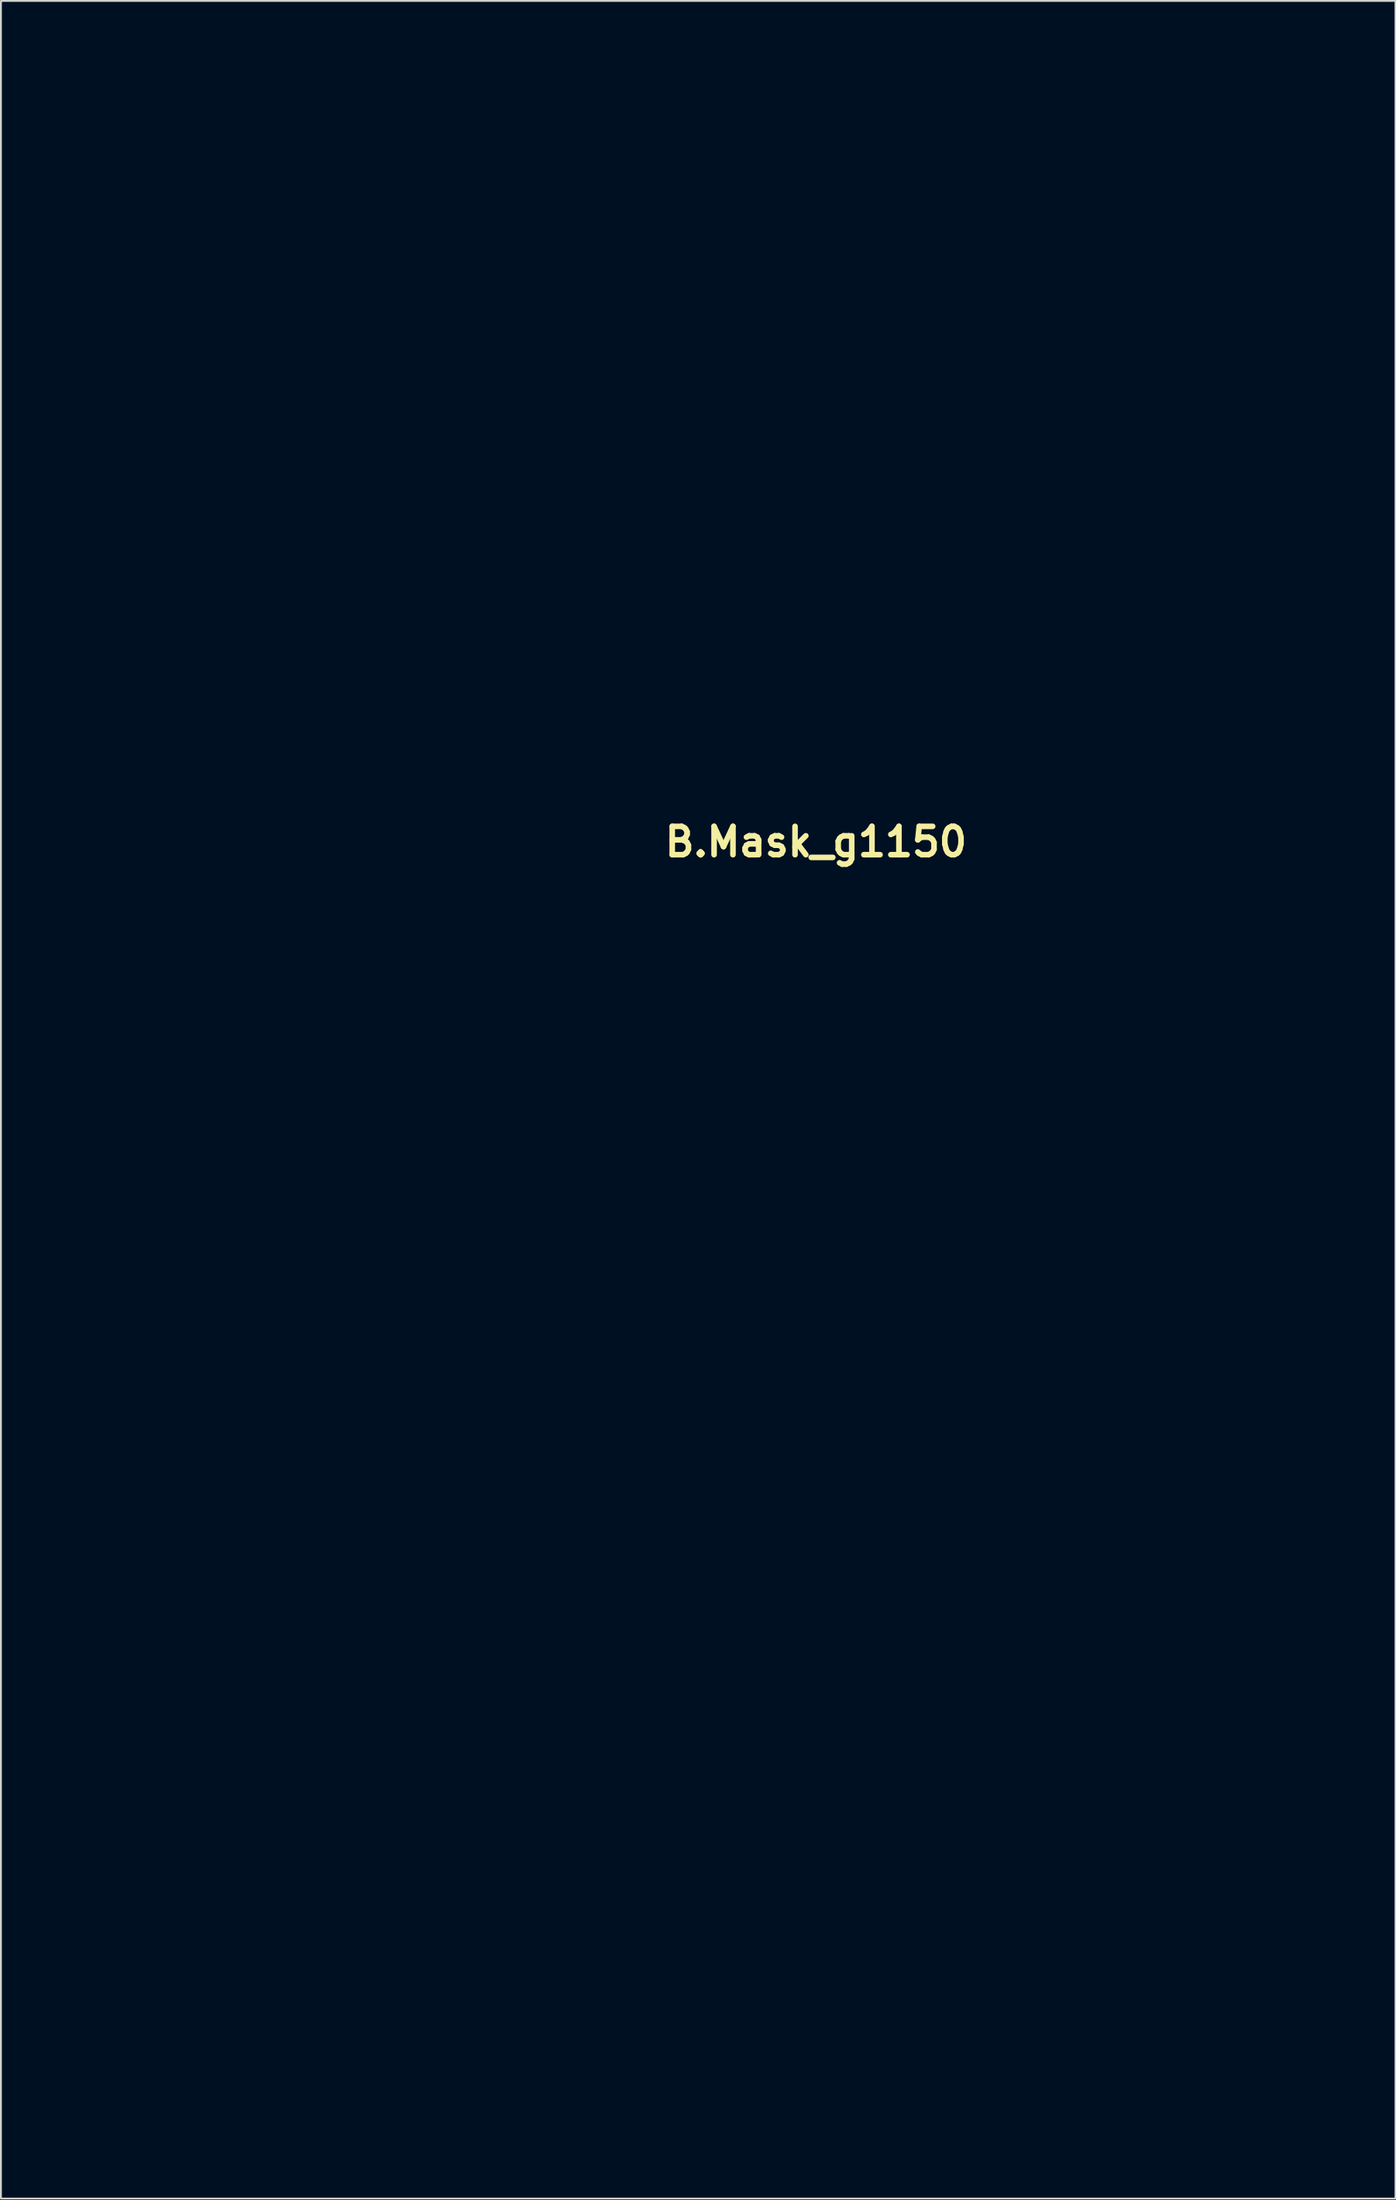
<source format=kicad_pcb>
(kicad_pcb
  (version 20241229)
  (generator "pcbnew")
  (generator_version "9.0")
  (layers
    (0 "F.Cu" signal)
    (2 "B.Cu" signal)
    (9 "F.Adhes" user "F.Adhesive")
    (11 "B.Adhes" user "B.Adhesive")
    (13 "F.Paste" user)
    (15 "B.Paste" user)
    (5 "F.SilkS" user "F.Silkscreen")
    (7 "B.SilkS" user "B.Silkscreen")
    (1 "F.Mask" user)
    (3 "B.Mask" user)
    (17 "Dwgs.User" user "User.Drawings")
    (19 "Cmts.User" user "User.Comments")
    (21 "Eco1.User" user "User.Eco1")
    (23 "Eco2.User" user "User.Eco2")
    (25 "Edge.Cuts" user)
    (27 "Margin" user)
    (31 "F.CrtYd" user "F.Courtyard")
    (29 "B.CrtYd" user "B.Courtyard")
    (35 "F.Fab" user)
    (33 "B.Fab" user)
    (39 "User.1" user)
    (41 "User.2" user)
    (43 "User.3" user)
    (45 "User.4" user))
  (footprint "B.Mask_g1150"
    (layer "F.Cu")
    (at 40.835 42.2)
    (property "Reference" "B.Mask_g1150" (at 0 0 0) (layer "F.SilkS") (effects (font (size 1.524 1.524) (thickness 0.3))))
    (attr through_hole)
    (fp_poly (pts (xy 6.848 -7.997) (xy 6.948 -7.952) (xy 7.034 -7.875) (xy 7.089 -7.781) (xy 7.108 -7.681) (xy 7.096 -7.581) (xy 7.056 -7.489) (xy 6.992 -7.409) (xy 6.91 -7.35) (xy 6.814 -7.318) (xy 6.707 -7.318) (xy 6.67 -7.327) (xy 6.555 -7.378) (xy 6.473 -7.454) (xy 6.426 -7.555) (xy 6.413 -7.662) (xy 6.431 -7.778) (xy 6.48 -7.873) (xy 6.554 -7.945) (xy 6.644 -7.991) (xy 6.744 -8.009) (xy 6.848 -7.997)) (stroke (width 0.01) (type solid)) (fill yes) (layer "B.Mask"))
    (fp_poly (pts (xy 27.175 -42.181) (xy 27.306 -42.138) (xy 27.434 -42.062) (xy 27.564 -41.948) (xy 27.57 -41.942) (xy 27.721 -41.763) (xy 27.852 -41.551) (xy 27.961 -41.313) (xy 28.047 -41.051) (xy 28.111 -40.773) (xy 28.15 -40.481) (xy 28.165 -40.182) (xy 28.154 -39.881) (xy 28.117 -39.581) (xy 28.053 -39.29) (xy 28.02 -39.179) (xy 27.929 -38.93) (xy 27.821 -38.709) (xy 27.7 -38.519) (xy 27.567 -38.362) (xy 27.423 -38.239) (xy 27.272 -38.152) (xy 27.115 -38.104) (xy 26.953 -38.095) (xy 26.899 -38.102) (xy 26.743 -38.147) (xy 26.596 -38.23) (xy 26.46 -38.348) (xy 26.335 -38.497) (xy 26.222 -38.673) (xy 26.123 -38.872) (xy 26.038 -39.092) (xy 25.97 -39.328) (xy 25.918 -39.578) (xy 25.884 -39.836) (xy 25.87 -40.101) (xy 25.875 -40.368) (xy 25.902 -40.633) (xy 25.952 -40.894) (xy 25.984 -41.017) (xy 26.073 -41.283) (xy 26.176 -41.514) (xy 26.296 -41.714) (xy 26.436 -41.889) (xy 26.472 -41.926) (xy 26.595 -42.04) (xy 26.709 -42.119) (xy 26.823 -42.168) (xy 26.946 -42.192) (xy 27.03 -42.195) (xy 27.175 -42.181)) (stroke (width 0.01) (type solid)) (fill yes) (layer "B.Mask"))
    (fp_poly (pts (xy -6.08 -11.128) (xy -5.856 -10.821) (xy -5.635 -10.536) (xy -5.409 -10.263) (xy -5.17 -9.994) (xy -4.91 -9.717) (xy -4.699 -9.503) (xy -4.304 -9.121) (xy -3.911 -8.772) (xy -3.509 -8.446) (xy -3.09 -8.135) (xy -2.81 -7.943) (xy -2.282 -7.605) (xy -1.752 -7.299) (xy -1.215 -7.024) (xy -0.664 -6.775) (xy -0.094 -6.551) (xy 0.502 -6.349) (xy 1.13 -6.165) (xy 1.29 -6.123) (xy 1.596 -6.043) (xy 2.048 -4.477) (xy 2.118 -4.233) (xy 2.199 -3.953) (xy 2.288 -3.644) (xy 2.384 -3.31) (xy 2.486 -2.957) (xy 2.592 -2.59) (xy 2.7 -2.215) (xy 2.809 -1.837) (xy 2.918 -1.462) (xy 3.024 -1.095) (xy 3.126 -0.741) (xy 3.175 -0.572) (xy 3.267 -0.253) (xy 3.358 0.063) (xy 3.447 0.373) (xy 3.534 0.673) (xy 3.617 0.961) (xy 3.695 1.233) (xy 3.767 1.485) (xy 3.833 1.714) (xy 3.891 1.916) (xy 3.94 2.088) (xy 3.98 2.227) (xy 4.009 2.329) (xy 4.011 2.339) (xy 4.059 2.508) (xy 4.109 2.682) (xy 4.158 2.851) (xy 4.203 3.007) (xy 4.242 3.138) (xy 4.265 3.217) (xy 4.288 3.293) (xy 4.321 3.405) (xy 4.363 3.549) (xy 4.413 3.719) (xy 4.469 3.912) (xy 4.53 4.122) (xy 4.594 4.345) (xy 4.662 4.577) (xy 4.729 4.811) (xy 4.796 5.042) (xy 4.861 5.264) (xy 4.923 5.474) (xy 4.981 5.669) (xy 5.033 5.843) (xy 5.079 5.992) (xy 5.117 6.114) (xy 5.146 6.204) (xy 5.164 6.257) (xy 5.165 6.26) (xy 5.298 6.536) (xy 5.465 6.789) (xy 5.662 7.017) (xy 5.887 7.219) (xy 6.136 7.391) (xy 6.406 7.532) (xy 6.694 7.639) (xy 6.996 7.71) (xy 7.26 7.74) (xy 7.567 7.737) (xy 7.87 7.693) (xy 8.168 7.606) (xy 8.445 7.486) (xy 8.494 7.459) (xy 8.574 7.411) (xy 8.685 7.342) (xy 8.823 7.254) (xy 8.986 7.15) (xy 9.172 7.03) (xy 9.379 6.896) (xy 9.605 6.75) (xy 9.846 6.593) (xy 10.1 6.426) (xy 10.366 6.252) (xy 10.64 6.072) (xy 10.922 5.887) (xy 11.207 5.699) (xy 11.494 5.51) (xy 11.78 5.321) (xy 12.063 5.133) (xy 12.341 4.949) (xy 12.611 4.769) (xy 12.872 4.595) (xy 13.12 4.43) (xy 13.353 4.274) (xy 13.569 4.128) (xy 13.766 3.996) (xy 13.941 3.877) (xy 14.091 3.774) (xy 14.216 3.688) (xy 14.311 3.621) (xy 14.375 3.574) (xy 14.403 3.552) (xy 14.589 3.358) (xy 14.74 3.144) (xy 14.86 2.907) (xy 14.936 2.694) (xy 14.96 2.609) (xy 14.976 2.534) (xy 14.986 2.457) (xy 14.991 2.365) (xy 14.992 2.244) (xy 14.992 2.223) (xy 14.986 2.03) (xy 14.967 1.865) (xy 14.932 1.713) (xy 14.877 1.56) (xy 14.832 1.456) (xy 14.804 1.405) (xy 14.753 1.324) (xy 14.683 1.214) (xy 14.595 1.081) (xy 14.491 0.927) (xy 14.374 0.755) (xy 14.246 0.57) (xy 14.13 0.405) (xy 14.009 0.233) (xy 13.896 0.071) (xy 13.794 -0.078) (xy 13.703 -0.209) (xy 13.628 -0.32) (xy 13.569 -0.407) (xy 13.53 -0.467) (xy 13.512 -0.498) (xy 13.511 -0.5) (xy 13.532 -0.494) (xy 13.582 -0.469) (xy 13.656 -0.43) (xy 13.747 -0.38) (xy 13.801 -0.349) (xy 14.455 0.002) (xy 15.123 0.314) (xy 15.807 0.587) (xy 16.506 0.82) (xy 17.22 1.014) (xy 17.95 1.168) (xy 18.695 1.283) (xy 19.394 1.354) (xy 19.548 1.363) (xy 19.733 1.37) (xy 19.944 1.374) (xy 20.173 1.375) (xy 20.415 1.375) (xy 20.664 1.372) (xy 20.914 1.367) (xy 21.159 1.36) (xy 21.392 1.351) (xy 21.607 1.341) (xy 21.799 1.329) (xy 21.96 1.315) (xy 22.086 1.301) (xy 22.091 1.3) (xy 22.179 1.287) (xy 22.202 1.4) (xy 22.207 1.427) (xy 22.22 1.495) (xy 22.24 1.601) (xy 22.267 1.747) (xy 22.302 1.929) (xy 22.343 2.147) (xy 22.39 2.401) (xy 22.444 2.688) (xy 22.504 3.008) (xy 22.571 3.359) (xy 22.642 3.741) (xy 22.72 4.153) (xy 22.802 4.592) (xy 22.89 5.059) (xy 22.983 5.552) (xy 23.08 6.07) (xy 23.182 6.612) (xy 23.288 7.177) (xy 23.398 7.763) (xy 23.512 8.37) (xy 23.63 8.996) (xy 23.751 9.64) (xy 23.875 10.302) (xy 24.002 10.98) (xy 24.132 11.673) (xy 24.265 12.379) (xy 24.4 13.099) (xy 24.537 13.83) (xy 24.677 14.572) (xy 24.745 14.933) (xy 24.887 15.693) (xy 25.029 16.447) (xy 25.169 17.195) (xy 25.308 17.936) (xy 25.446 18.667) (xy 25.581 19.388) (xy 25.714 20.098) (xy 25.845 20.795) (xy 25.973 21.477) (xy 26.099 22.144) (xy 26.221 22.794) (xy 26.339 23.426) (xy 26.454 24.039) (xy 26.566 24.631) (xy 26.673 25.201) (xy 26.775 25.747) (xy 26.873 26.269) (xy 26.967 26.765) (xy 27.055 27.234) (xy 27.137 27.675) (xy 27.214 28.085) (xy 27.286 28.465) (xy 27.351 28.812) (xy 27.41 29.125) (xy 27.462 29.403) (xy 27.508 29.645) (xy 27.546 29.85) (xy 27.577 30.015) (xy 27.601 30.14) (xy 27.602 30.147) (xy 27.659 30.452) (xy 27.712 30.738) (xy 27.761 31.004) (xy 27.805 31.246) (xy 27.843 31.462) (xy 27.876 31.65) (xy 27.902 31.806) (xy 27.922 31.93) (xy 27.935 32.017) (xy 27.94 32.065) (xy 27.94 32.069) (xy 27.921 32.215) (xy 27.865 32.342) (xy 27.775 32.446) (xy 27.653 32.523) (xy 27.603 32.543) (xy 27.464 32.571) (xy 27.325 32.561) (xy 27.194 32.516) (xy 27.101 32.453) (xy 27.077 32.427) (xy 27.03 32.37) (xy 26.962 32.285) (xy 26.874 32.175) (xy 26.77 32.043) (xy 26.651 31.891) (xy 26.52 31.723) (xy 26.379 31.54) (xy 26.23 31.347) (xy 26.109 31.189) (xy 25.948 30.98) (xy 25.771 30.749) (xy 25.578 30.497) (xy 25.37 30.226) (xy 25.148 29.938) (xy 24.915 29.634) (xy 24.67 29.315) (xy 24.414 28.983) (xy 24.15 28.639) (xy 23.878 28.285) (xy 23.599 27.923) (xy 23.315 27.553) (xy 23.026 27.177) (xy 22.734 26.797) (xy 22.439 26.414) (xy 22.143 26.029) (xy 21.848 25.645) (xy 21.553 25.262) (xy 21.261 24.882) (xy 20.972 24.507) (xy 20.687 24.137) (xy 20.409 23.775) (xy 20.136 23.421) (xy 19.872 23.078) (xy 19.617 22.746) (xy 19.372 22.428) (xy 19.138 22.124) (xy 18.917 21.837) (xy 18.709 21.567) (xy 18.516 21.316) (xy 18.338 21.086) (xy 18.177 20.877) (xy 18.035 20.692) (xy 17.911 20.532) (xy 17.808 20.399) (xy 17.726 20.293) (xy 17.667 20.216) (xy 17.631 20.17) (xy 17.62 20.157) (xy 17.622 20.178) (xy 17.627 20.239) (xy 17.635 20.339) (xy 17.647 20.476) (xy 17.662 20.647) (xy 17.679 20.851) (xy 17.7 21.087) (xy 17.723 21.351) (xy 17.748 21.643) (xy 17.776 21.96) (xy 17.806 22.301) (xy 17.838 22.663) (xy 17.871 23.046) (xy 17.906 23.446) (xy 17.943 23.863) (xy 17.981 24.294) (xy 18.02 24.738) (xy 18.048 25.051) (xy 18.198 26.76) (xy 18.345 28.427) (xy 18.488 30.054) (xy 18.628 31.639) (xy 18.764 33.184) (xy 18.897 34.69) (xy 19.026 36.155) (xy 19.151 37.582) (xy 19.274 38.971) (xy 19.392 40.321) (xy 19.508 41.634) (xy 19.62 42.91) (xy 19.729 44.149) (xy 19.835 45.352) (xy 19.938 46.519) (xy 20.037 47.65) (xy 20.133 48.747) (xy 20.227 49.81) (xy 20.317 50.839) (xy 20.405 51.834) (xy 20.489 52.797) (xy 20.571 53.726) (xy 20.649 54.624) (xy 20.725 55.49) (xy 20.798 56.325) (xy 20.869 57.13) (xy 20.937 57.904) (xy 21.002 58.648) (xy 21.064 59.363) (xy 21.124 60.05) (xy 21.182 60.707) (xy 21.236 61.337) (xy 21.289 61.94) (xy 21.339 62.515) (xy 21.387 63.064) (xy 21.432 63.587) (xy 21.475 64.084) (xy 21.516 64.556) (xy 21.555 65.004) (xy 21.591 65.427) (xy 21.626 65.826) (xy 21.658 66.202) (xy 21.688 66.555) (xy 21.716 66.886) (xy 21.743 67.195) (xy 21.767 67.482) (xy 21.79 67.748) (xy 21.81 67.994) (xy 21.829 68.219) (xy 21.846 68.425) (xy 21.861 68.612) (xy 21.875 68.78) (xy 21.887 68.93) (xy 21.898 69.062) (xy 21.906 69.176) (xy 21.914 69.274) (xy 21.92 69.355) (xy 21.924 69.42) (xy 21.927 69.47) (xy 21.929 69.505) (xy 21.929 69.525) (xy 21.929 69.53) (xy 21.876 69.662) (xy 21.793 69.77) (xy 21.686 69.85) (xy 21.563 69.899) (xy 21.429 69.916) (xy 21.29 69.896) (xy 21.19 69.858) (xy 21.079 69.782) (xy 20.992 69.681) (xy 20.937 69.566) (xy 20.935 69.556) (xy 20.93 69.532) (xy 20.917 69.468) (xy 20.898 69.364) (xy 20.87 69.221) (xy 20.836 69.041) (xy 20.794 68.824) (xy 20.746 68.571) (xy 20.691 68.283) (xy 20.63 67.962) (xy 20.563 67.608) (xy 20.489 67.222) (xy 20.41 66.804) (xy 20.325 66.357) (xy 20.235 65.881) (xy 20.139 65.377) (xy 20.038 64.846) (xy 19.932 64.289) (xy 19.821 63.707) (xy 19.706 63.101) (xy 19.587 62.471) (xy 19.463 61.819) (xy 19.335 61.146) (xy 19.203 60.453) (xy 19.068 59.741) (xy 18.929 59.01) (xy 18.787 58.262) (xy 18.642 57.498) (xy 18.494 56.718) (xy 18.343 55.924) (xy 18.19 55.116) (xy 18.034 54.296) (xy 17.876 53.464) (xy 17.716 52.622) (xy 17.555 51.77) (xy 17.391 50.91) (xy 17.227 50.042) (xy 17.061 49.167) (xy 16.893 48.287) (xy 16.726 47.402) (xy 16.557 46.513) (xy 16.388 45.622) (xy 16.218 44.728) (xy 16.048 43.834) (xy 15.879 42.94) (xy 15.709 42.047) (xy 15.54 41.156) (xy 15.372 40.268) (xy 15.204 39.385) (xy 15.038 38.506) (xy 14.872 37.633) (xy 14.708 36.767) (xy 14.545 35.909) (xy 14.384 35.06) (xy 14.225 34.22) (xy 14.068 33.392) (xy 13.913 32.575) (xy 13.76 31.771) (xy 13.61 30.981) (xy 13.463 30.206) (xy 13.319 29.446) (xy 13.178 28.702) (xy 13.041 27.977) (xy 12.907 27.27) (xy 12.777 26.582) (xy 12.65 25.915) (xy 12.53 25.284) (xy 12.445 24.834) (xy 12.362 24.395) (xy 12.281 23.968) (xy 12.203 23.556) (xy 12.128 23.159) (xy 12.056 22.781) (xy 11.987 22.422) (xy 11.923 22.085) (xy 11.864 21.772) (xy 11.809 21.484) (xy 11.759 21.223) (xy 11.715 20.991) (xy 11.676 20.79) (xy 11.644 20.622) (xy 11.618 20.488) (xy 11.599 20.391) (xy 11.588 20.332) (xy 11.584 20.313) (xy 11.581 20.31) (xy 11.574 20.315) (xy 11.563 20.329) (xy 11.547 20.354) (xy 11.526 20.39) (xy 11.498 20.438) (xy 11.464 20.501) (xy 11.423 20.579) (xy 11.373 20.673) (xy 11.315 20.785) (xy 11.248 20.917) (xy 11.171 21.068) (xy 11.083 21.241) (xy 10.984 21.436) (xy 10.874 21.656) (xy 10.751 21.9) (xy 10.615 22.171) (xy 10.466 22.47) (xy 10.302 22.797) (xy 10.123 23.155) (xy 9.929 23.544) (xy 9.719 23.966) (xy 9.492 24.422) (xy 9.247 24.912) (xy 8.985 25.439) (xy 8.913 25.583) (xy 8.324 26.766) (xy 7.754 27.911) (xy 7.202 29.019) (xy 6.668 30.091) (xy 6.152 31.127) (xy 5.653 32.128) (xy 5.172 33.094) (xy 4.708 34.025) (xy 4.261 34.923) (xy 3.83 35.788) (xy 3.416 36.619) (xy 3.017 37.419) (xy 2.635 38.187) (xy 2.268 38.923) (xy 1.916 39.629) (xy 1.579 40.305) (xy 1.257 40.95) (xy 0.95 41.567) (xy 0.657 42.155) (xy 0.377 42.715) (xy 0.112 43.248) (xy -0.14 43.753) (xy -0.379 44.232) (xy -0.605 44.684) (xy -0.818 45.111) (xy -1.018 45.513) (xy -1.207 45.89) (xy -1.383 46.244) (xy -1.548 46.574) (xy -1.702 46.88) (xy -1.844 47.165) (xy -1.975 47.427) (xy -2.096 47.668) (xy -2.206 47.888) (xy -2.306 48.088) (xy -2.396 48.267) (xy -2.477 48.427) (xy -2.548 48.569) (xy -2.61 48.691) (xy -2.663 48.796) (xy -2.708 48.884) (xy -2.744 48.955) (xy -2.772 49.009) (xy -2.792 49.048) (xy -2.805 49.072) (xy -2.81 49.08) (xy -2.859 49.128) (xy -2.928 49.177) (xy -2.976 49.204) (xy -3.112 49.248) (xy -3.255 49.254) (xy -3.394 49.223) (xy -3.484 49.18) (xy -3.591 49.091) (xy -3.67 48.978) (xy -3.714 48.85) (xy -3.72 48.804) (xy -3.719 48.784) (xy -3.714 48.744) (xy -3.705 48.682) (xy -3.691 48.598) (xy -3.674 48.49) (xy -3.651 48.359) (xy -3.624 48.202) (xy -3.592 48.02) (xy -3.555 47.811) (xy -3.513 47.575) (xy -3.466 47.311) (xy -3.413 47.017) (xy -3.355 46.694) (xy -3.29 46.34) (xy -3.22 45.954) (xy -3.144 45.536) (xy -3.062 45.084) (xy -2.973 44.599) (xy -2.878 44.079) (xy -2.776 43.522) (xy -2.667 42.93) (xy -2.552 42.3) (xy -2.429 41.631) (xy -2.299 40.924) (xy -2.161 40.176) (xy -2.016 39.388) (xy -2.011 39.359) (xy -1.89 38.704) (xy -1.769 38.045) (xy -1.647 37.384) (xy -1.526 36.723) (xy -1.404 36.064) (xy -1.284 35.409) (xy -1.164 34.76) (xy -1.046 34.119) (xy -0.93 33.488) (xy -0.816 32.869) (xy -0.705 32.264) (xy -0.597 31.676) (xy -0.492 31.105) (xy -0.391 30.555) (xy -0.293 30.027) (xy -0.201 29.524) (xy -0.113 29.046) (xy -0.03 28.597) (xy 0.047 28.178) (xy 0.118 27.792) (xy 0.183 27.44) (xy 0.241 27.124) (xy 0.292 26.846) (xy 0.32 26.697) (xy 0.932 23.369) (xy 0.102 21.643) (xy -0.055 21.317) (xy -0.195 21.027) (xy -0.318 20.775) (xy -0.424 20.557) (xy -0.515 20.373) (xy -0.591 20.223) (xy -0.652 20.105) (xy -0.698 20.017) (xy -0.731 19.96) (xy -0.751 19.931) (xy -0.756 19.927) (xy -0.776 19.941) (xy -0.829 19.978) (xy -0.912 20.037) (xy -1.023 20.117) (xy -1.161 20.217) (xy -1.324 20.335) (xy -1.509 20.47) (xy -1.716 20.619) (xy -1.942 20.783) (xy -2.185 20.96) (xy -2.443 21.148) (xy -2.715 21.346) (xy -2.998 21.552) (xy -3.292 21.766) (xy -3.383 21.833) (xy -5.981 23.727) (xy -6.346 26.759) (xy -6.521 28.212) (xy -6.691 29.624) (xy -6.856 30.995) (xy -7.016 32.325) (xy -7.171 33.616) (xy -7.322 34.868) (xy -7.468 36.081) (xy -7.609 37.257) (xy -7.746 38.395) (xy -7.879 39.497) (xy -8.007 40.563) (xy -8.131 41.593) (xy -8.251 42.588) (xy -8.367 43.549) (xy -8.478 44.476) (xy -8.586 45.371) (xy -8.69 46.232) (xy -8.79 47.062) (xy -8.886 47.861) (xy -8.979 48.629) (xy -9.068 49.367) (xy -9.153 50.076) (xy -9.235 50.755) (xy -9.314 51.407) (xy -9.389 52.03) (xy -9.461 52.627) (xy -9.53 53.197) (xy -9.596 53.741) (xy -9.658 54.26) (xy -9.718 54.754) (xy -9.775 55.224) (xy -9.829 55.671) (xy -9.881 56.095) (xy -9.929 56.496) (xy -9.975 56.876) (xy -10.019 57.235) (xy -10.06 57.573) (xy -10.099 57.891) (xy -10.136 58.19) (xy -10.17 58.47) (xy -10.202 58.732) (xy -10.232 58.977) (xy -10.26 59.204) (xy -10.286 59.415) (xy -10.31 59.611) (xy -10.333 59.792) (xy -10.354 59.957) (xy -10.373 60.109) (xy -10.39 60.248) (xy -10.406 60.374) (xy -10.421 60.488) (xy -10.434 60.59) (xy -10.446 60.681) (xy -10.457 60.762) (xy -10.466 60.834) (xy -10.475 60.896) (xy -10.483 60.949) (xy -10.489 60.995) (xy -10.495 61.033) (xy -10.5 61.065) (xy -10.504 61.09) (xy -10.508 61.11) (xy -10.511 61.125) (xy -10.514 61.135) (xy -10.516 61.142) (xy -10.517 61.144) (xy -10.602 61.267) (xy -10.712 61.356) (xy -10.843 61.409) (xy -10.98 61.425) (xy -11.129 61.406) (xy -11.259 61.351) (xy -11.365 61.261) (xy -11.445 61.14) (xy -11.464 61.096) (xy -11.466 61.089) (xy -11.468 61.08) (xy -11.47 61.069) (xy -11.472 61.053) (xy -11.473 61.033) (xy -11.475 61.008) (xy -11.476 60.976) (xy -11.477 60.937) (xy -11.478 60.89) (xy -11.478 60.834) (xy -11.478 60.768) (xy -11.478 60.692) (xy -11.478 60.604) (xy -11.477 60.503) (xy -11.476 60.39) (xy -11.474 60.262) (xy -11.473 60.119) (xy -11.471 59.96) (xy -11.468 59.784) (xy -11.465 59.591) (xy -11.461 59.379) (xy -11.458 59.148) (xy -11.453 58.896) (xy -11.448 58.624) (xy -11.443 58.329) (xy -11.437 58.012) (xy -11.431 57.671) (xy -11.424 57.305) (xy -11.417 56.914) (xy -11.409 56.496) (xy -11.4 56.052) (xy -11.391 55.579) (xy -11.381 55.077) (xy -11.371 54.545) (xy -11.36 53.983) (xy -11.348 53.389) (xy -11.335 52.763) (xy -11.322 52.103) (xy -11.309 51.41) (xy -11.294 50.681) (xy -11.279 49.916) (xy -11.263 49.115) (xy -11.246 48.276) (xy -11.228 47.398) (xy -11.21 46.481) (xy -11.191 45.524) (xy -11.171 44.525) (xy -11.163 44.135) (xy -11.146 43.292) (xy -11.129 42.459) (xy -11.113 41.637) (xy -11.096 40.828) (xy -11.08 40.032) (xy -11.065 39.25) (xy -11.05 38.484) (xy -11.035 37.735) (xy -11.02 37.002) (xy -11.006 36.289) (xy -10.992 35.594) (xy -10.978 34.921) (xy -10.965 34.268) (xy -10.953 33.638) (xy -10.941 33.032) (xy -10.929 32.45) (xy -10.918 31.893) (xy -10.907 31.363) (xy -10.897 30.86) (xy -10.888 30.386) (xy -10.879 29.941) (xy -10.871 29.527) (xy -10.863 29.144) (xy -10.857 28.794) (xy -10.85 28.477) (xy -10.845 28.195) (xy -10.84 27.948) (xy -10.836 27.738) (xy -10.833 27.565) (xy -10.83 27.431) (xy -10.828 27.336) (xy -10.827 27.282) (xy -10.827 27.268) (xy -10.833 27.271) (xy -10.849 27.283) (xy -10.878 27.303) (xy -10.92 27.333) (xy -10.976 27.373) (xy -11.048 27.425) (xy -11.136 27.489) (xy -11.242 27.565) (xy -11.366 27.655) (xy -11.51 27.76) (xy -11.674 27.88) (xy -11.86 28.015) (xy -12.069 28.167) (xy -12.302 28.337) (xy -12.559 28.525) (xy -12.843 28.731) (xy -13.154 28.958) (xy -13.493 29.205) (xy -13.861 29.474) (xy -14.259 29.764) (xy -14.689 30.078) (xy -15.151 30.415) (xy -15.494 30.665) (xy -15.7 30.815) (xy -15.875 30.942) (xy -16.022 31.048) (xy -16.144 31.134) (xy -16.244 31.204) (xy -16.325 31.258) (xy -16.389 31.299) (xy -16.44 31.328) (xy -16.481 31.349) (xy -16.515 31.362) (xy -16.533 31.367) (xy -16.675 31.384) (xy -16.81 31.364) (xy -16.932 31.309) (xy -17.034 31.226) (xy -17.112 31.117) (xy -17.16 30.988) (xy -17.172 30.874) (xy -17.167 30.79) (xy -17.154 30.711) (xy -17.141 30.67) (xy -17.119 30.632) (xy -17.076 30.566) (xy -17.015 30.479) (xy -16.942 30.375) (xy -16.859 30.262) (xy -16.816 30.205) (xy -16.776 30.151) (xy -16.712 30.065) (xy -16.625 29.948) (xy -16.517 29.803) (xy -16.389 29.63) (xy -16.241 29.432) (xy -16.076 29.21) (xy -15.895 28.966) (xy -15.699 28.702) (xy -15.488 28.419) (xy -15.266 28.119) (xy -15.032 27.805) (xy -14.788 27.476) (xy -14.535 27.136) (xy -14.275 26.786) (xy -14.008 26.427) (xy -13.737 26.062) (xy -13.623 25.908) (xy -10.722 22.003) (xy -10.611 16.542) (xy -10.601 16.062) (xy -10.592 15.593) (xy -10.583 15.136) (xy -10.574 14.692) (xy -10.565 14.264) (xy -10.56 13.979) (xy -4.802 13.979) (xy -4.801 14) (xy -4.799 14.009) (xy -4.794 14.008) (xy -4.792 14.006) (xy -4.776 13.987) (xy -4.739 13.937) (xy -4.683 13.862) (xy -4.611 13.767) (xy -4.528 13.655) (xy -4.436 13.531) (xy -4.414 13.501) (xy -4.049 13.01) (xy -4.228 12.638) (xy -4.291 12.509) (xy -4.353 12.379) (xy -4.41 12.26) (xy -4.458 12.16) (xy -4.488 12.097) (xy -4.524 12.027) (xy -4.551 11.979) (xy -4.568 11.961) (xy -4.57 11.964) (xy -4.573 11.993) (xy -4.581 12.058) (xy -4.592 12.157) (xy -4.607 12.285) (xy -4.625 12.438) (xy -4.646 12.611) (xy -4.668 12.799) (xy -4.688 12.967) (xy -4.717 13.207) (xy -4.741 13.407) (xy -4.761 13.572) (xy -4.776 13.704) (xy -4.787 13.808) (xy -4.795 13.886) (xy -4.8 13.942) (xy -4.802 13.979) (xy -10.56 13.979) (xy -10.557 13.854) (xy -10.55 13.463) (xy -10.542 13.094) (xy -10.536 12.747) (xy -10.53 12.425) (xy -10.524 12.13) (xy -10.519 11.863) (xy -10.515 11.627) (xy -10.511 11.422) (xy -10.508 11.252) (xy -10.506 11.117) (xy -10.505 11.02) (xy -10.504 10.962) (xy -10.505 10.947) (xy -10.509 10.813) (xy -18.15 20.46) (xy -18.617 21.05) (xy -19.085 21.641) (xy -19.553 22.232) (xy -20.021 22.822) (xy -20.486 23.409) (xy -20.948 23.993) (xy -21.406 24.571) (xy -21.859 25.143) (xy -22.306 25.707) (xy -22.746 26.262) (xy -23.177 26.807) (xy -23.599 27.34) (xy -24.01 27.859) (xy -24.41 28.364) (xy -24.798 28.854) (xy -25.172 29.326) (xy -25.531 29.779) (xy -25.874 30.213) (xy -26.201 30.626) (xy -26.51 31.017) (xy -26.801 31.383) (xy -27.071 31.724) (xy -27.32 32.039) (xy -27.548 32.327) (xy -27.752 32.585) (xy -27.932 32.812) (xy -28.087 33.008) (xy -28.096 33.019) (xy -28.341 33.328) (xy -28.579 33.629) (xy -28.809 33.92) (xy -29.03 34.199) (xy -29.241 34.464) (xy -29.439 34.714) (xy -29.623 34.946) (xy -29.793 35.16) (xy -29.947 35.354) (xy -30.083 35.525) (xy -30.2 35.672) (xy -30.297 35.793) (xy -30.372 35.887) (xy -30.425 35.952) (xy -30.452 35.986) (xy -30.456 35.991) (xy -30.554 36.073) (xy -30.668 36.122) (xy -30.805 36.14) (xy -30.829 36.141) (xy -30.932 36.136) (xy -31.01 36.119) (xy -31.065 36.095) (xy -31.158 36.029) (xy -31.242 35.942) (xy -31.303 35.846) (xy -31.323 35.796) (xy -31.332 35.769) (xy -31.339 35.744) (xy -31.344 35.72) (xy -31.347 35.693) (xy -31.347 35.663) (xy -31.343 35.626) (xy -31.335 35.582) (xy -31.32 35.527) (xy -31.3 35.461) (xy -31.273 35.38) (xy -31.239 35.284) (xy -31.196 35.17) (xy -31.144 35.036) (xy -31.083 34.88) (xy -31.011 34.699) (xy -30.927 34.493) (xy -30.832 34.259) (xy -30.724 33.995) (xy -30.603 33.699) (xy -30.468 33.369) (xy -30.318 33.004) (xy -30.217 32.759) (xy -29.737 31.589) (xy -29.266 30.44) (xy -28.803 29.312) (xy -28.348 28.205) (xy -27.903 27.119) (xy -27.466 26.056) (xy -27.04 25.015) (xy -26.622 23.998) (xy -26.214 23.004) (xy -25.817 22.034) (xy -25.429 21.089) (xy -25.051 20.169) (xy -24.685 19.275) (xy -24.328 18.407) (xy -23.983 17.565) (xy -23.649 16.75) (xy -23.326 15.963) (xy -23.015 15.204) (xy -22.715 14.473) (xy -22.427 13.772) (xy -22.152 13.1) (xy -21.889 12.457) (xy -21.638 11.846) (xy -21.4 11.265) (xy -21.174 10.715) (xy -20.962 10.198) (xy -20.763 9.713) (xy -20.578 9.26) (xy -20.407 8.841) (xy -20.249 8.456) (xy -20.105 8.105) (xy -19.976 7.789) (xy -19.861 7.508) (xy -19.761 7.263) (xy -19.675 7.055) (xy -19.605 6.883) (xy -19.55 6.748) (xy -19.511 6.651) (xy -19.487 6.592) (xy -19.479 6.571) (xy -19.479 6.571) (xy -19.498 6.58) (xy -19.555 6.605) (xy -19.649 6.647) (xy -19.777 6.704) (xy -19.94 6.777) (xy -20.135 6.865) (xy -20.363 6.967) (xy -20.621 7.083) (xy -20.909 7.212) (xy -21.226 7.354) (xy -21.57 7.508) (xy -21.94 7.675) (xy -22.336 7.852) (xy -22.755 8.041) (xy -23.198 8.24) (xy -23.662 8.448) (xy -24.147 8.666) (xy -24.652 8.893) (xy -25.175 9.129) (xy -25.716 9.372) (xy -26.272 9.622) (xy -26.844 9.879) (xy -27.43 10.143) (xy -28.029 10.412) (xy -28.64 10.686) (xy -29.261 10.966) (xy -29.813 11.214) (xy -30.569 11.554) (xy -31.287 11.877) (xy -31.968 12.184) (xy -32.613 12.474) (xy -33.224 12.749) (xy -33.801 13.008) (xy -34.345 13.253) (xy -34.858 13.483) (xy -35.34 13.699) (xy -35.791 13.902) (xy -36.214 14.092) (xy -36.609 14.27) (xy -36.978 14.435) (xy -37.32 14.588) (xy -37.637 14.73) (xy -37.93 14.861) (xy -38.201 14.982) (xy -38.449 15.093) (xy -38.676 15.194) (xy -38.883 15.286) (xy -39.071 15.369) (xy -39.241 15.444) (xy -39.393 15.511) (xy -39.53 15.571) (xy -39.651 15.623) (xy -39.758 15.67) (xy -39.851 15.71) (xy -39.933 15.744) (xy -40.002 15.773) (xy -40.062 15.797) (xy -40.112 15.817) (xy -40.154 15.833) (xy -40.188 15.846) (xy -40.216 15.855) (xy -40.239 15.862) (xy -40.256 15.866) (xy -40.271 15.869) (xy -40.283 15.87) (xy -40.284 15.87) (xy -40.374 15.873) (xy -40.443 15.863) (xy -40.514 15.838) (xy -40.54 15.827) (xy -40.659 15.751) (xy -40.748 15.649) (xy -40.806 15.529) (xy -40.83 15.397) (xy -40.818 15.26) (xy -40.772 15.134) (xy -40.767 15.125) (xy -40.757 15.112) (xy -40.741 15.095) (xy -40.72 15.074) (xy -40.693 15.046) (xy -40.659 15.013) (xy -40.617 14.973) (xy -40.567 14.925) (xy -40.507 14.87) (xy -40.438 14.806) (xy -40.359 14.734) (xy -40.268 14.651) (xy -40.166 14.559) (xy -40.052 14.456) (xy -39.925 14.341) (xy -39.784 14.214) (xy -39.628 14.075) (xy -39.458 13.923) (xy -39.272 13.757) (xy -39.07 13.577) (xy -38.851 13.382) (xy -38.615 13.171) (xy -38.36 12.944) (xy -38.086 12.701) (xy -37.793 12.441) (xy -37.479 12.162) (xy -37.145 11.866) (xy -36.789 11.55) (xy -36.411 11.214) (xy -36.01 10.859) (xy -35.586 10.483) (xy -35.137 10.085) (xy -34.664 9.666) (xy -34.165 9.223) (xy -33.639 8.758) (xy -33.088 8.27) (xy -32.508 7.756) (xy -31.901 7.218) (xy -31.264 6.655) (xy -30.599 6.066) (xy -29.903 5.45) (xy -29.176 4.806) (xy -28.85 4.518) (xy -28.238 3.976) (xy -27.634 3.441) (xy -27.038 2.914) (xy -26.452 2.395) (xy -25.875 1.885) (xy -25.31 1.385) (xy -24.756 0.895) (xy -24.215 0.416) (xy -23.687 -0.051) (xy -23.173 -0.505) (xy -22.674 -0.947) (xy -22.19 -1.374) (xy -21.723 -1.787) (xy -21.273 -2.185) (xy -20.841 -2.567) (xy -20.427 -2.933) (xy -20.033 -3.281) (xy -19.659 -3.611) (xy -19.306 -3.923) (xy -18.975 -4.215) (xy -18.666 -4.488) (xy -18.381 -4.739) (xy -18.12 -4.97) (xy -17.883 -5.178) (xy -17.673 -5.364) (xy -17.488 -5.526) (xy -17.331 -5.664) (xy -17.202 -5.777) (xy -17.102 -5.865) (xy -17.031 -5.927) (xy -16.99 -5.961) (xy -16.98 -5.969) (xy -16.989 -5.947) (xy -17.016 -5.895) (xy -17.059 -5.82) (xy -17.114 -5.728) (xy -17.161 -5.649) (xy -17.335 -5.366) (xy -17.508 -5.083) (xy -17.678 -4.805) (xy -17.844 -4.532) (xy -18.005 -4.267) (xy -18.158 -4.014) (xy -18.303 -3.774) (xy -18.438 -3.549) (xy -18.561 -3.343) (xy -18.672 -3.158) (xy -18.767 -2.996) (xy -18.847 -2.86) (xy -18.91 -2.752) (xy -18.954 -2.674) (xy -18.977 -2.63) (xy -18.979 -2.625) (xy -19.036 -2.466) (xy -19.075 -2.312) (xy -19.098 -2.146) (xy -19.107 -2.01) (xy -19.101 -1.73) (xy -19.054 -1.465) (xy -18.968 -1.212) (xy -18.841 -0.973) (xy -18.674 -0.747) (xy -18.607 -0.672) (xy -18.402 -0.482) (xy -18.179 -0.329) (xy -17.936 -0.212) (xy -17.82 -0.171) (xy -17.784 -0.161) (xy -17.709 -0.14) (xy -17.599 -0.11) (xy -17.454 -0.071) (xy -17.278 -0.024) (xy -17.074 0.03) (xy -16.843 0.092) (xy -16.589 0.16) (xy -16.313 0.233) (xy -16.017 0.312) (xy -15.706 0.394) (xy -15.38 0.481) (xy -15.042 0.57) (xy -14.753 0.646) (xy -14.393 0.742) (xy -14.033 0.837) (xy -13.676 0.931) (xy -13.326 1.023) (xy -12.987 1.113) (xy -12.661 1.2) (xy -12.351 1.282) (xy -12.062 1.358) (xy -11.795 1.429) (xy -11.555 1.492) (xy -11.345 1.548) (xy -11.167 1.595) (xy -11.026 1.633) (xy -10.975 1.646) (xy -10.128 1.872) (xy -9.842 1.873) (xy -9.712 1.871) (xy -9.61 1.867) (xy -9.527 1.857) (xy -9.449 1.841) (xy -9.389 1.825) (xy -9.136 1.731) (xy -8.903 1.603) (xy -8.695 1.444) (xy -8.513 1.258) (xy -8.361 1.048) (xy -8.242 0.817) (xy -8.159 0.569) (xy -8.137 0.469) (xy -8.131 0.434) (xy -8.12 0.36) (xy -8.102 0.247) (xy -8.078 0.097) (xy -8.05 -0.087) (xy -8.016 -0.305) (xy -7.978 -0.554) (xy -7.935 -0.832) (xy -7.887 -1.139) (xy -7.836 -1.471) (xy -7.781 -1.828) (xy -7.723 -2.208) (xy -7.661 -2.608) (xy -7.596 -3.028) (xy -7.529 -3.465) (xy -7.46 -3.917) (xy -7.388 -4.384) (xy -7.315 -4.863) (xy -7.24 -5.352) (xy -7.218 -5.493) (xy -7.143 -5.983) (xy -7.069 -6.464) (xy -6.997 -6.931) (xy -6.928 -7.385) (xy -6.86 -7.824) (xy -6.795 -8.245) (xy -6.734 -8.647) (xy -6.675 -9.028) (xy -6.62 -9.386) (xy -6.568 -9.721) (xy -6.521 -10.029) (xy -6.477 -10.31) (xy -6.438 -10.562) (xy -6.404 -10.782) (xy -6.375 -10.97) (xy -6.351 -11.123) (xy -6.333 -11.24) (xy -6.32 -11.319) (xy -6.314 -11.359) (xy -6.313 -11.363) (xy -6.297 -11.434) (xy -6.08 -11.128)) (stroke (width 0.01) (type solid)) (fill yes) (layer "B.Mask")))
  (gr_rect
    (start -3 -3)
    (end 72.005 115.121)
    (stroke (width 0.1) (type default))
    (fill no)
    (layer "Edge.Cuts")))
</source>
